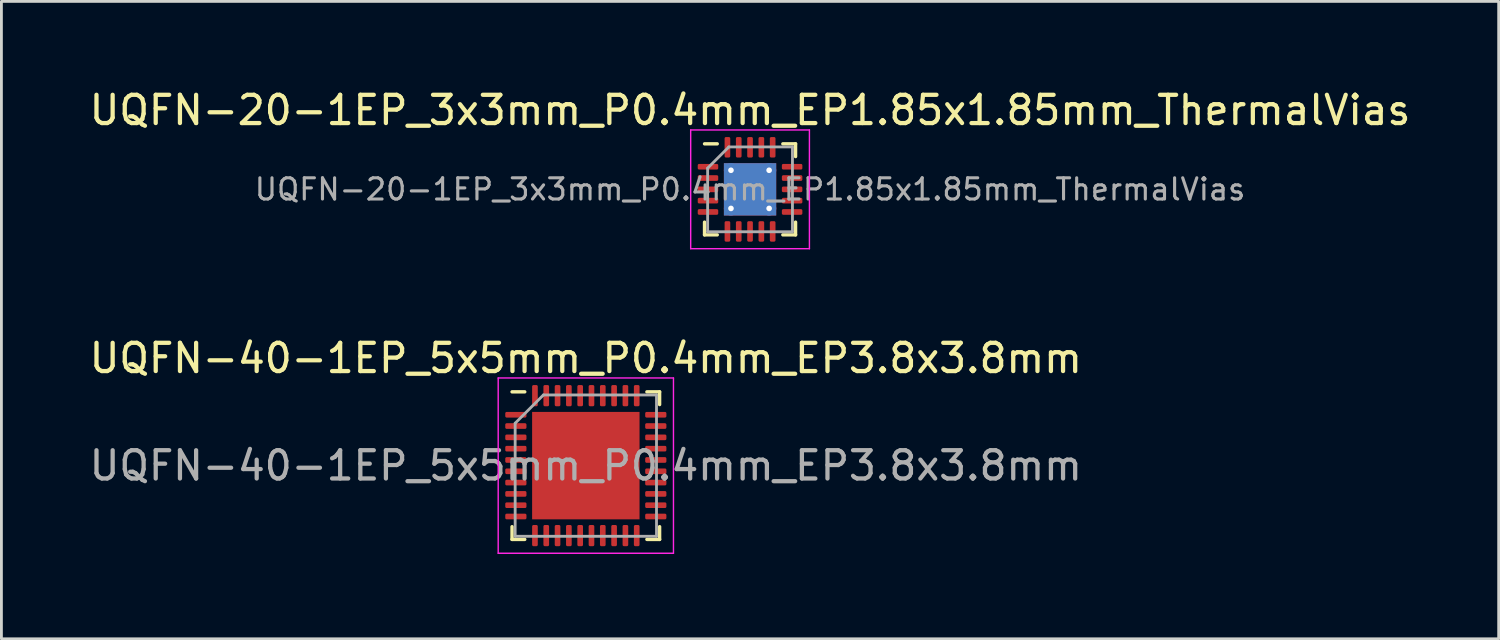
<source format=kicad_pcb>
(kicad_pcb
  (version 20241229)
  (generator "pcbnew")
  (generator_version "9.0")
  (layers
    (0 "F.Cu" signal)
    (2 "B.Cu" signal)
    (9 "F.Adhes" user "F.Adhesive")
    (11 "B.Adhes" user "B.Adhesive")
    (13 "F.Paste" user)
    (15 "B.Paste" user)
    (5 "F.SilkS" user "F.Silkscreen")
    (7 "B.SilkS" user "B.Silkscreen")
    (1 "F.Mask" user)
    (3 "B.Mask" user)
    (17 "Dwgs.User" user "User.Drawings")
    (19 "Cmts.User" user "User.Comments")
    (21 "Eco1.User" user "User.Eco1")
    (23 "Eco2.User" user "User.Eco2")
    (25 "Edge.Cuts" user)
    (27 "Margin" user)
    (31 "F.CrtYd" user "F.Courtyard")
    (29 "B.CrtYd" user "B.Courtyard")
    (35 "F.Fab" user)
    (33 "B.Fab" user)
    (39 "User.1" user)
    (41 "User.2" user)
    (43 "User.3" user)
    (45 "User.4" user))
  (footprint "UQFN-20-1EP_3x3mm_P0.4mm_EP1.85x1.85mm_ThermalVias"
    (layer "F.Cu")
    (at 23.482 3.648)
    (property "Reference" "UQFN-20-1EP_3x3mm_P0.4mm_EP1.85x1.85mm_ThermalVias" (at 0 -2.8 0) (layer "F.SilkS") (effects (font (size 1 1) (thickness 0.15))))
    (attr smd)
    (fp_line (start -1.61 1.61) (end -1.61 1.16) (stroke (width 0.12) (type solid)) (layer "F.SilkS"))
    (fp_line (start -1.16 -1.61) (end -1.61 -1.61) (stroke (width 0.12) (type solid)) (layer "F.SilkS"))
    (fp_line (start -1.16 1.61) (end -1.61 1.61) (stroke (width 0.12) (type solid)) (layer "F.SilkS"))
    (fp_line (start 1.16 -1.61) (end 1.61 -1.61) (stroke (width 0.12) (type solid)) (layer "F.SilkS"))
    (fp_line (start 1.16 1.61) (end 1.61 1.61) (stroke (width 0.12) (type solid)) (layer "F.SilkS"))
    (fp_line (start 1.61 -1.61) (end 1.61 -1.16) (stroke (width 0.12) (type solid)) (layer "F.SilkS"))
    (fp_line (start 1.61 1.61) (end 1.61 1.16) (stroke (width 0.12) (type solid)) (layer "F.SilkS"))
    (fp_line (start -2.1 -2.1) (end -2.1 2.1) (stroke (width 0.05) (type solid)) (layer "F.CrtYd"))
    (fp_line (start -2.1 2.1) (end 2.1 2.1) (stroke (width 0.05) (type solid)) (layer "F.CrtYd"))
    (fp_line (start 2.1 -2.1) (end -2.1 -2.1) (stroke (width 0.05) (type solid)) (layer "F.CrtYd"))
    (fp_line (start 2.1 2.1) (end 2.1 -2.1) (stroke (width 0.05) (type solid)) (layer "F.CrtYd"))
    (fp_line (start -1.5 -0.75) (end -0.75 -1.5) (stroke (width 0.1) (type solid)) (layer "F.Fab"))
    (fp_line (start -1.5 1.5) (end -1.5 -0.75) (stroke (width 0.1) (type solid)) (layer "F.Fab"))
    (fp_line (start -0.75 -1.5) (end 1.5 -1.5) (stroke (width 0.1) (type solid)) (layer "F.Fab"))
    (fp_line (start 1.5 -1.5) (end 1.5 1.5) (stroke (width 0.1) (type solid)) (layer "F.Fab"))
    (fp_line (start 1.5 1.5) (end -1.5 1.5) (stroke (width 0.1) (type solid)) (layer "F.Fab"))
    (fp_text user "${REFERENCE}" (at 0 0 0) (layer "F.Fab") (effects (font (size 0.75 0.75) (thickness 0.11))))
    (pad "" smd roundrect (at -0.46 -0.46) (size 0.8 0.8) (layers "F.Paste") (roundrect_rratio 0.25))
    (pad "" smd roundrect (at -0.46 0.46) (size 0.8 0.8) (layers "F.Paste") (roundrect_rratio 0.25))
    (pad "" smd roundrect (at 0.46 -0.46) (size 0.8 0.8) (layers "F.Paste") (roundrect_rratio 0.25))
    (pad "" smd roundrect (at 0.46 0.46) (size 0.8 0.8) (layers "F.Paste") (roundrect_rratio 0.25))
    (pad "1" smd roundrect (at -1.488 -0.8) (size 0.725 0.2) (layers "F.Cu" "F.Mask" "F.Paste") (roundrect_rratio 0.25))
    (pad "2" smd roundrect (at -1.488 -0.4) (size 0.725 0.2) (layers "F.Cu" "F.Mask" "F.Paste") (roundrect_rratio 0.25))
    (pad "3" smd roundrect (at -1.488 0) (size 0.725 0.2) (layers "F.Cu" "F.Mask" "F.Paste") (roundrect_rratio 0.25))
    (pad "4" smd roundrect (at -1.488 0.4) (size 0.725 0.2) (layers "F.Cu" "F.Mask" "F.Paste") (roundrect_rratio 0.25))
    (pad "5" smd roundrect (at -1.488 0.8) (size 0.725 0.2) (layers "F.Cu" "F.Mask" "F.Paste") (roundrect_rratio 0.25))
    (pad "6" smd roundrect (at -0.8 1.488) (size 0.2 0.725) (layers "F.Cu" "F.Mask" "F.Paste") (roundrect_rratio 0.25))
    (pad "7" smd roundrect (at -0.4 1.488) (size 0.2 0.725) (layers "F.Cu" "F.Mask" "F.Paste") (roundrect_rratio 0.25))
    (pad "8" smd roundrect (at 0 1.488) (size 0.2 0.725) (layers "F.Cu" "F.Mask" "F.Paste") (roundrect_rratio 0.25))
    (pad "9" smd roundrect (at 0.4 1.488) (size 0.2 0.725) (layers "F.Cu" "F.Mask" "F.Paste") (roundrect_rratio 0.25))
    (pad "10" smd roundrect (at 0.8 1.488) (size 0.2 0.725) (layers "F.Cu" "F.Mask" "F.Paste") (roundrect_rratio 0.25))
    (pad "11" smd roundrect (at 1.488 0.8) (size 0.725 0.2) (layers "F.Cu" "F.Mask" "F.Paste") (roundrect_rratio 0.25))
    (pad "12" smd roundrect (at 1.488 0.4) (size 0.725 0.2) (layers "F.Cu" "F.Mask" "F.Paste") (roundrect_rratio 0.25))
    (pad "13" smd roundrect (at 1.488 0) (size 0.725 0.2) (layers "F.Cu" "F.Mask" "F.Paste") (roundrect_rratio 0.25))
    (pad "14" smd roundrect (at 1.488 -0.4) (size 0.725 0.2) (layers "F.Cu" "F.Mask" "F.Paste") (roundrect_rratio 0.25))
    (pad "15" smd roundrect (at 1.488 -0.8) (size 0.725 0.2) (layers "F.Cu" "F.Mask" "F.Paste") (roundrect_rratio 0.25))
    (pad "16" smd roundrect (at 0.8 -1.488) (size 0.2 0.725) (layers "F.Cu" "F.Mask" "F.Paste") (roundrect_rratio 0.25))
    (pad "17" smd roundrect (at 0.4 -1.488) (size 0.2 0.725) (layers "F.Cu" "F.Mask" "F.Paste") (roundrect_rratio 0.25))
    (pad "18" smd roundrect (at 0 -1.488) (size 0.2 0.725) (layers "F.Cu" "F.Mask" "F.Paste") (roundrect_rratio 0.25))
    (pad "19" smd roundrect (at -0.4 -1.488) (size 0.2 0.725) (layers "F.Cu" "F.Mask" "F.Paste") (roundrect_rratio 0.25))
    (pad "20" smd roundrect (at -0.8 -1.488) (size 0.2 0.725) (layers "F.Cu" "F.Mask" "F.Paste") (roundrect_rratio 0.25))
    (pad "21" thru_hole circle (at -0.675 -0.675) (size 0.5 0.5) (drill 0.2) (layers "*.Cu"))
    (pad "21" thru_hole circle (at -0.675 0.675) (size 0.5 0.5) (drill 0.2) (layers "*.Cu"))
    (pad "21" smd rect (at 0 0) (size 1.85 1.85) (layers "F.Cu" "F.Mask"))
    (pad "21" smd rect (at 0 0) (size 1.85 1.85) (layers "B.Cu"))
    (pad "21" thru_hole circle (at 0.675 -0.675) (size 0.5 0.5) (drill 0.2) (layers "*.Cu"))
    (pad "21" thru_hole circle (at 0.675 0.675) (size 0.5 0.5) (drill 0.2) (layers "*.Cu")))
  (footprint "UQFN-40-1EP_5x5mm_P0.4mm_EP3.8x3.8mm"
    (layer "F.Cu")
    (at 17.673 13.421)
    (property "Reference" "UQFN-40-1EP_5x5mm_P0.4mm_EP3.8x3.8mm" (at 0 -3.8 0) (layer "F.SilkS") (effects (font (size 1 1) (thickness 0.15))))
    (attr smd)
    (fp_line (start -2.61 2.61) (end -2.61 2.16) (stroke (width 0.12) (type solid)) (layer "F.SilkS"))
    (fp_line (start -2.16 -2.61) (end -2.61 -2.61) (stroke (width 0.12) (type solid)) (layer "F.SilkS"))
    (fp_line (start -2.16 2.61) (end -2.61 2.61) (stroke (width 0.12) (type solid)) (layer "F.SilkS"))
    (fp_line (start 2.16 -2.61) (end 2.61 -2.61) (stroke (width 0.12) (type solid)) (layer "F.SilkS"))
    (fp_line (start 2.16 2.61) (end 2.61 2.61) (stroke (width 0.12) (type solid)) (layer "F.SilkS"))
    (fp_line (start 2.61 -2.61) (end 2.61 -2.16) (stroke (width 0.12) (type solid)) (layer "F.SilkS"))
    (fp_line (start 2.61 2.61) (end 2.61 2.16) (stroke (width 0.12) (type solid)) (layer "F.SilkS"))
    (fp_line (start -3.1 -3.1) (end -3.1 3.1) (stroke (width 0.05) (type solid)) (layer "F.CrtYd"))
    (fp_line (start -3.1 3.1) (end 3.1 3.1) (stroke (width 0.05) (type solid)) (layer "F.CrtYd"))
    (fp_line (start 3.1 -3.1) (end -3.1 -3.1) (stroke (width 0.05) (type solid)) (layer "F.CrtYd"))
    (fp_line (start 3.1 3.1) (end 3.1 -3.1) (stroke (width 0.05) (type solid)) (layer "F.CrtYd"))
    (fp_line (start -2.5 -1.5) (end -1.5 -2.5) (stroke (width 0.1) (type solid)) (layer "F.Fab"))
    (fp_line (start -2.5 2.5) (end -2.5 -1.5) (stroke (width 0.1) (type solid)) (layer "F.Fab"))
    (fp_line (start -1.5 -2.5) (end 2.5 -2.5) (stroke (width 0.1) (type solid)) (layer "F.Fab"))
    (fp_line (start 2.5 -2.5) (end 2.5 2.5) (stroke (width 0.1) (type solid)) (layer "F.Fab"))
    (fp_line (start 2.5 2.5) (end -2.5 2.5) (stroke (width 0.1) (type solid)) (layer "F.Fab"))
    (fp_text user "${REFERENCE}" (at 0 0 0) (layer "F.Fab") (effects (font (size 1 1) (thickness 0.15))))
    (pad "" smd roundrect (at -1.27 -1.27) (size 1.02 1.02) (layers "F.Paste") (roundrect_rratio 0.245))
    (pad "" smd roundrect (at -1.27 0) (size 1.02 1.02) (layers "F.Paste") (roundrect_rratio 0.245))
    (pad "" smd roundrect (at -1.27 1.27) (size 1.02 1.02) (layers "F.Paste") (roundrect_rratio 0.245))
    (pad "" smd roundrect (at 0 -1.27) (size 1.02 1.02) (layers "F.Paste") (roundrect_rratio 0.245))
    (pad "" smd roundrect (at 0 0) (size 1.02 1.02) (layers "F.Paste") (roundrect_rratio 0.245))
    (pad "" smd roundrect (at 0 1.27) (size 1.02 1.02) (layers "F.Paste") (roundrect_rratio 0.245))
    (pad "" smd roundrect (at 1.27 -1.27) (size 1.02 1.02) (layers "F.Paste") (roundrect_rratio 0.245))
    (pad "" smd roundrect (at 1.27 0) (size 1.02 1.02) (layers "F.Paste") (roundrect_rratio 0.245))
    (pad "" smd roundrect (at 1.27 1.27) (size 1.02 1.02) (layers "F.Paste") (roundrect_rratio 0.245))
    (pad "1" smd roundrect (at -2.475 -1.8) (size 0.75 0.2) (layers "F.Cu" "F.Mask" "F.Paste") (roundrect_rratio 0.25))
    (pad "2" smd roundrect (at -2.475 -1.4) (size 0.75 0.2) (layers "F.Cu" "F.Mask" "F.Paste") (roundrect_rratio 0.25))
    (pad "3" smd roundrect (at -2.475 -1) (size 0.75 0.2) (layers "F.Cu" "F.Mask" "F.Paste") (roundrect_rratio 0.25))
    (pad "4" smd roundrect (at -2.475 -0.6) (size 0.75 0.2) (layers "F.Cu" "F.Mask" "F.Paste") (roundrect_rratio 0.25))
    (pad "5" smd roundrect (at -2.475 -0.2) (size 0.75 0.2) (layers "F.Cu" "F.Mask" "F.Paste") (roundrect_rratio 0.25))
    (pad "6" smd roundrect (at -2.475 0.2) (size 0.75 0.2) (layers "F.Cu" "F.Mask" "F.Paste") (roundrect_rratio 0.25))
    (pad "7" smd roundrect (at -2.475 0.6) (size 0.75 0.2) (layers "F.Cu" "F.Mask" "F.Paste") (roundrect_rratio 0.25))
    (pad "8" smd roundrect (at -2.475 1) (size 0.75 0.2) (layers "F.Cu" "F.Mask" "F.Paste") (roundrect_rratio 0.25))
    (pad "9" smd roundrect (at -2.475 1.4) (size 0.75 0.2) (layers "F.Cu" "F.Mask" "F.Paste") (roundrect_rratio 0.25))
    (pad "10" smd roundrect (at -2.475 1.8) (size 0.75 0.2) (layers "F.Cu" "F.Mask" "F.Paste") (roundrect_rratio 0.25))
    (pad "11" smd roundrect (at -1.8 2.475) (size 0.2 0.75) (layers "F.Cu" "F.Mask" "F.Paste") (roundrect_rratio 0.25))
    (pad "12" smd roundrect (at -1.4 2.475) (size 0.2 0.75) (layers "F.Cu" "F.Mask" "F.Paste") (roundrect_rratio 0.25))
    (pad "13" smd roundrect (at -1 2.475) (size 0.2 0.75) (layers "F.Cu" "F.Mask" "F.Paste") (roundrect_rratio 0.25))
    (pad "14" smd roundrect (at -0.6 2.475) (size 0.2 0.75) (layers "F.Cu" "F.Mask" "F.Paste") (roundrect_rratio 0.25))
    (pad "15" smd roundrect (at -0.2 2.475) (size 0.2 0.75) (layers "F.Cu" "F.Mask" "F.Paste") (roundrect_rratio 0.25))
    (pad "16" smd roundrect (at 0.2 2.475) (size 0.2 0.75) (layers "F.Cu" "F.Mask" "F.Paste") (roundrect_rratio 0.25))
    (pad "17" smd roundrect (at 0.6 2.475) (size 0.2 0.75) (layers "F.Cu" "F.Mask" "F.Paste") (roundrect_rratio 0.25))
    (pad "18" smd roundrect (at 1 2.475) (size 0.2 0.75) (layers "F.Cu" "F.Mask" "F.Paste") (roundrect_rratio 0.25))
    (pad "19" smd roundrect (at 1.4 2.475) (size 0.2 0.75) (layers "F.Cu" "F.Mask" "F.Paste") (roundrect_rratio 0.25))
    (pad "20" smd roundrect (at 1.8 2.475) (size 0.2 0.75) (layers "F.Cu" "F.Mask" "F.Paste") (roundrect_rratio 0.25))
    (pad "21" smd roundrect (at 2.475 1.8) (size 0.75 0.2) (layers "F.Cu" "F.Mask" "F.Paste") (roundrect_rratio 0.25))
    (pad "22" smd roundrect (at 2.475 1.4) (size 0.75 0.2) (layers "F.Cu" "F.Mask" "F.Paste") (roundrect_rratio 0.25))
    (pad "23" smd roundrect (at 2.475 1) (size 0.75 0.2) (layers "F.Cu" "F.Mask" "F.Paste") (roundrect_rratio 0.25))
    (pad "24" smd roundrect (at 2.475 0.6) (size 0.75 0.2) (layers "F.Cu" "F.Mask" "F.Paste") (roundrect_rratio 0.25))
    (pad "25" smd roundrect (at 2.475 0.2) (size 0.75 0.2) (layers "F.Cu" "F.Mask" "F.Paste") (roundrect_rratio 0.25))
    (pad "26" smd roundrect (at 2.475 -0.2) (size 0.75 0.2) (layers "F.Cu" "F.Mask" "F.Paste") (roundrect_rratio 0.25))
    (pad "27" smd roundrect (at 2.475 -0.6) (size 0.75 0.2) (layers "F.Cu" "F.Mask" "F.Paste") (roundrect_rratio 0.25))
    (pad "28" smd roundrect (at 2.475 -1) (size 0.75 0.2) (layers "F.Cu" "F.Mask" "F.Paste") (roundrect_rratio 0.25))
    (pad "29" smd roundrect (at 2.475 -1.4) (size 0.75 0.2) (layers "F.Cu" "F.Mask" "F.Paste") (roundrect_rratio 0.25))
    (pad "30" smd roundrect (at 2.475 -1.8) (size 0.75 0.2) (layers "F.Cu" "F.Mask" "F.Paste") (roundrect_rratio 0.25))
    (pad "31" smd roundrect (at 1.8 -2.475) (size 0.2 0.75) (layers "F.Cu" "F.Mask" "F.Paste") (roundrect_rratio 0.25))
    (pad "32" smd roundrect (at 1.4 -2.475) (size 0.2 0.75) (layers "F.Cu" "F.Mask" "F.Paste") (roundrect_rratio 0.25))
    (pad "33" smd roundrect (at 1 -2.475) (size 0.2 0.75) (layers "F.Cu" "F.Mask" "F.Paste") (roundrect_rratio 0.25))
    (pad "34" smd roundrect (at 0.6 -2.475) (size 0.2 0.75) (layers "F.Cu" "F.Mask" "F.Paste") (roundrect_rratio 0.25))
    (pad "35" smd roundrect (at 0.2 -2.475) (size 0.2 0.75) (layers "F.Cu" "F.Mask" "F.Paste") (roundrect_rratio 0.25))
    (pad "36" smd roundrect (at -0.2 -2.475) (size 0.2 0.75) (layers "F.Cu" "F.Mask" "F.Paste") (roundrect_rratio 0.25))
    (pad "37" smd roundrect (at -0.6 -2.475) (size 0.2 0.75) (layers "F.Cu" "F.Mask" "F.Paste") (roundrect_rratio 0.25))
    (pad "38" smd roundrect (at -1 -2.475) (size 0.2 0.75) (layers "F.Cu" "F.Mask" "F.Paste") (roundrect_rratio 0.25))
    (pad "39" smd roundrect (at -1.4 -2.475) (size 0.2 0.75) (layers "F.Cu" "F.Mask" "F.Paste") (roundrect_rratio 0.25))
    (pad "40" smd roundrect (at -1.8 -2.475) (size 0.2 0.75) (layers "F.Cu" "F.Mask" "F.Paste") (roundrect_rratio 0.25))
    (pad "41" smd rect (at 0 0) (size 3.8 3.8) (layers "F.Cu" "F.Mask")))
  (gr_rect
    (start -3 -3)
    (end 49.964 19.547)
    (stroke (width 0.1) (type default))
    (fill no)
    (layer "Edge.Cuts")))
</source>
